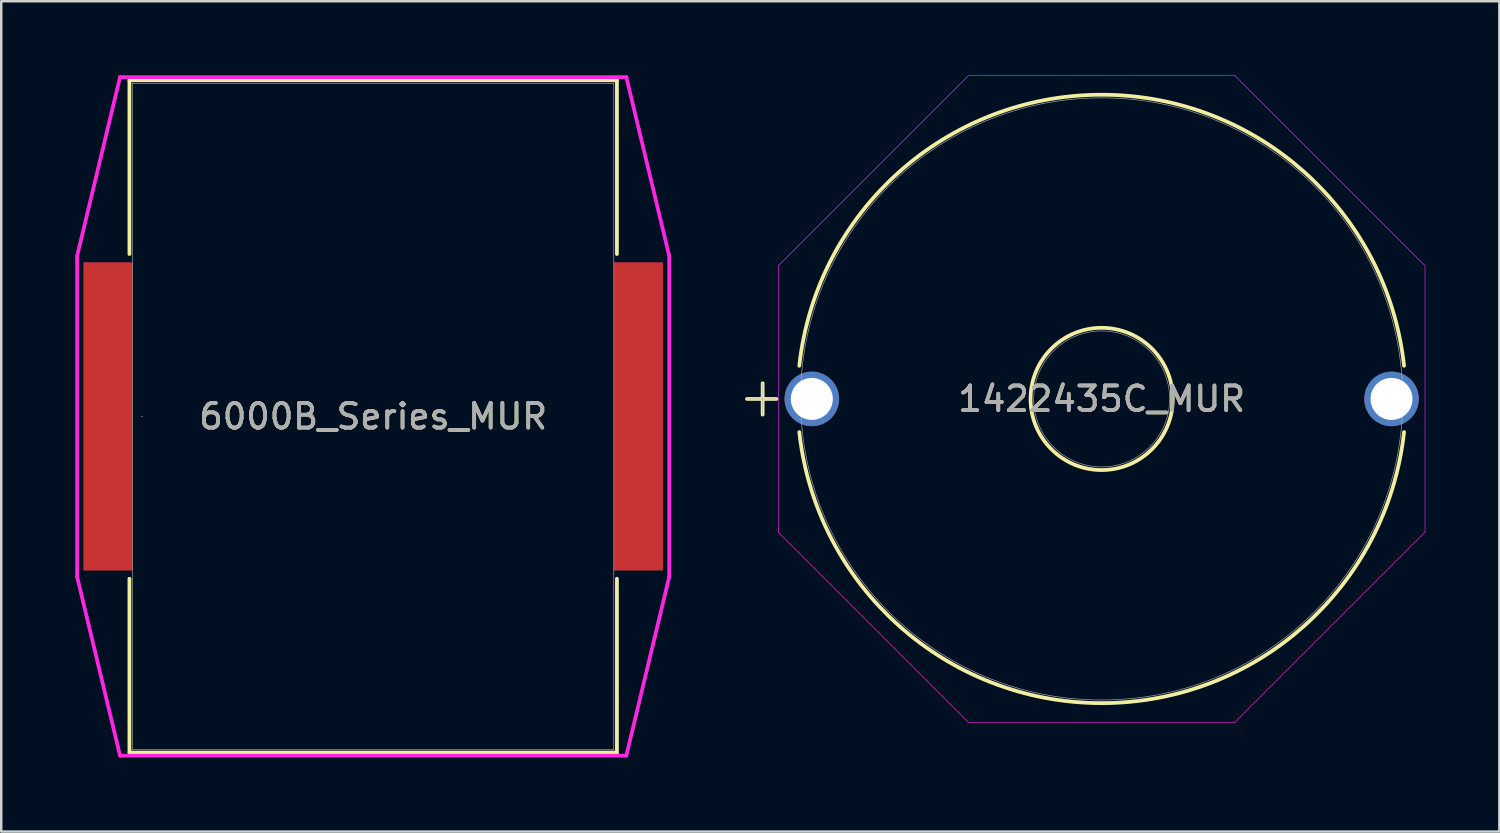
<source format=kicad_pcb>
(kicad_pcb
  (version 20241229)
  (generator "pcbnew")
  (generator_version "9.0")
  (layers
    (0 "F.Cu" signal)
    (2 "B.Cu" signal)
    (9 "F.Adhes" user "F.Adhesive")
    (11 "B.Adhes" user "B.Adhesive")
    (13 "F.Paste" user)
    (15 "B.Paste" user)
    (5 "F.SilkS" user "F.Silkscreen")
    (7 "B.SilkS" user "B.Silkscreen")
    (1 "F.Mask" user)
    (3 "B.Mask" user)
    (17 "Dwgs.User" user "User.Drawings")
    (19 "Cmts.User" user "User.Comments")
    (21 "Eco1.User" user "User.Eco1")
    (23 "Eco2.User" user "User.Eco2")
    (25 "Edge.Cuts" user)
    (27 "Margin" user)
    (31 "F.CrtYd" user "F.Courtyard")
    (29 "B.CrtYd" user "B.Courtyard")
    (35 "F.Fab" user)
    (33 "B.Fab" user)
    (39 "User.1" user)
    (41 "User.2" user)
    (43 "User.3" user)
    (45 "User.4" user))
  (footprint "6000B_Series_MUR"
    (layer "F.Cu")
    (at 12.078 13.83)
    (property "Reference" "6000B_Series_MUR" (at 0 0 0) (unlocked yes) (layer "F.SilkS") (effects (font (size 1 1) (thickness 0.15))))
    (attr smd)
    (fp_line (start -9.881 -13.627) (end 9.881 -13.627) (stroke (width 0.152) (type solid)) (layer "F.SilkS"))
    (fp_line (start -9.881 -6.581) (end -9.881 -13.627) (stroke (width 0.152) (type solid)) (layer "F.SilkS"))
    (fp_line (start -9.881 13.627) (end -9.881 6.581) (stroke (width 0.152) (type solid)) (layer "F.SilkS"))
    (fp_line (start 9.881 -13.627) (end 9.881 -6.581) (stroke (width 0.152) (type solid)) (layer "F.SilkS"))
    (fp_line (start 9.881 6.581) (end 9.881 13.627) (stroke (width 0.152) (type solid)) (layer "F.SilkS"))
    (fp_line (start 9.881 13.627) (end -9.881 13.627) (stroke (width 0.152) (type solid)) (layer "F.SilkS"))
    (fp_line (start -12.002 -6.502) (end -10.262 -13.754) (stroke (width 0.152) (type solid)) (layer "F.CrtYd"))
    (fp_line (start -12.002 6.502) (end -12.002 -6.502) (stroke (width 0.152) (type solid)) (layer "F.CrtYd"))
    (fp_line (start -10.262 -13.754) (end 10.262 -13.754) (stroke (width 0.152) (type solid)) (layer "F.CrtYd"))
    (fp_line (start -10.262 13.754) (end -12.002 6.502) (stroke (width 0.152) (type solid)) (layer "F.CrtYd"))
    (fp_line (start 10.262 -13.754) (end 12.002 -6.502) (stroke (width 0.152) (type solid)) (layer "F.CrtYd"))
    (fp_line (start 10.262 13.754) (end -10.262 13.754) (stroke (width 0.152) (type solid)) (layer "F.CrtYd"))
    (fp_line (start 12.002 -6.502) (end 12.002 6.502) (stroke (width 0.152) (type solid)) (layer "F.CrtYd"))
    (fp_line (start 12.002 6.502) (end 10.262 13.754) (stroke (width 0.152) (type solid)) (layer "F.CrtYd"))
    (fp_line (start -9.754 -13.5) (end -9.754 -13.5) (stroke (width 0.025) (type solid)) (layer "F.Fab"))
    (fp_line (start -9.754 -13.5) (end 9.754 -13.5) (stroke (width 0.025) (type solid)) (layer "F.Fab"))
    (fp_line (start -9.754 13.5) (end -9.754 -13.5) (stroke (width 0.025) (type solid)) (layer "F.Fab"))
    (fp_line (start -9.754 13.5) (end -9.754 13.5) (stroke (width 0.025) (type solid)) (layer "F.Fab"))
    (fp_line (start 9.754 -13.5) (end 9.754 -13.5) (stroke (width 0.025) (type solid)) (layer "F.Fab"))
    (fp_line (start 9.754 -13.5) (end 9.754 13.5) (stroke (width 0.025) (type solid)) (layer "F.Fab"))
    (fp_line (start 9.754 13.5) (end -9.754 13.5) (stroke (width 0.025) (type solid)) (layer "F.Fab"))
    (fp_line (start 9.754 13.5) (end 9.754 13.5) (stroke (width 0.025) (type solid)) (layer "F.Fab"))
    (fp_circle (center -9.373 0) (end -9.373 0) (stroke (width 0.025) (type solid)) (fill no) (layer "F.Fab"))
    (fp_text user "${REFERENCE}" (at 0 0 0) (unlocked yes) (layer "F.Fab") (effects (font (size 1 1) (thickness 0.15))))
    (pad "1" smd rect (at -10.751 0) (size 1.994 12.497) (layers "F.Cu" "F.Mask" "F.Paste"))
    (pad "2" smd rect (at 10.751 0) (size 1.994 12.497) (layers "F.Cu" "F.Mask" "F.Paste"))
    (zone (net_name "") (layer "F.Cu") (hatch full 0.508) (connect_pads) (min_thickness 0.254) (filled_areas_thickness no) (keepout (tracks not_allowed) (vias not_allowed) (pads allowed) (copperpour not_allowed) (footprints allowed)) (placement (enabled no)) (fill) (polygon (pts (xy 2.375 0.381) (xy 21.78 0.381) (xy 21.78 27.28) (xy 2.375 27.28)))))
  (footprint "1422435C_MUR"
    (layer "F.Cu")
    (at 29.86 13.122)
    (property "Reference" "1422435C_MUR" (at 11.75 0 0) (unlocked yes) (layer "F.SilkS") (effects (font (size 1 1) (thickness 0.15))))
    (attr through_hole)
    (fp_line (start -2.629 0) (end -1.438 0) (stroke (width 0.152) (type solid)) (layer "F.SilkS"))
    (fp_line (start -1.994 -0.635) (end -1.994 0.635) (stroke (width 0.152) (type solid)) (layer "F.SilkS"))
    (fp_arc (start -0.508152 -1.34483) (mid 11.749995 -12.3317) (end 24.008149 -1.344839) (stroke (width 0.1524) (type solid)) (layer "F.SilkS"))
    (fp_arc (start 24.008148 1.344848) (mid 11.749997 12.3317) (end -0.50815 1.344845) (stroke (width 0.1524) (type solid)) (layer "F.SilkS"))
    (fp_circle (center 11.75 0) (end 14.633 0) (stroke (width 0.152) (type solid)) (fill no) (layer "F.SilkS"))
    (fp_line (start -1.359 -5.398) (end 6.352 -13.109) (stroke (width 0.025) (type solid)) (layer "F.CrtYd"))
    (fp_line (start -1.359 5.398) (end -1.359 -5.398) (stroke (width 0.025) (type solid)) (layer "F.CrtYd"))
    (fp_line (start 6.352 -13.109) (end 17.148 -13.109) (stroke (width 0.025) (type solid)) (layer "F.CrtYd"))
    (fp_line (start 6.352 13.109) (end -1.359 5.398) (stroke (width 0.025) (type solid)) (layer "F.CrtYd"))
    (fp_line (start 17.148 -13.109) (end 24.859 -5.398) (stroke (width 0.025) (type solid)) (layer "F.CrtYd"))
    (fp_line (start 17.148 13.109) (end 6.352 13.109) (stroke (width 0.025) (type solid)) (layer "F.CrtYd"))
    (fp_line (start 24.859 -5.398) (end 24.859 5.398) (stroke (width 0.025) (type solid)) (layer "F.CrtYd"))
    (fp_line (start 24.859 5.398) (end 17.148 13.109) (stroke (width 0.025) (type solid)) (layer "F.CrtYd"))
    (fp_line (start -2.629 0) (end -1.359 0) (stroke (width 0.025) (type solid)) (layer "F.Fab"))
    (fp_line (start -1.994 -0.635) (end -1.994 0.635) (stroke (width 0.025) (type solid)) (layer "F.Fab"))
    (fp_circle (center 11.75 0) (end 14.506 0) (stroke (width 0.025) (type solid)) (fill no) (layer "F.Fab"))
    (fp_circle (center 11.75 0) (end 23.955 0) (stroke (width 0.025) (type solid)) (fill no) (layer "F.Fab"))
    (fp_text user "${REFERENCE}" (at 11.75 0 0) (unlocked yes) (layer "F.Fab") (effects (font (size 1 1) (thickness 0.15))))
    (pad "1" thru_hole circle (at 0 0) (size 2.21 2.21) (drill 1.702) (layers "*.Cu" "*.Mask"))
    (pad "2" thru_hole circle (at 23.5 0) (size 2.21 2.21) (drill 1.702) (layers "*.Cu" "*.Mask")))
  (gr_rect
    (start -3 -3)
    (end 57.732 30.661)
    (stroke (width 0.1) (type default))
    (fill no)
    (layer "Edge.Cuts")))
</source>
